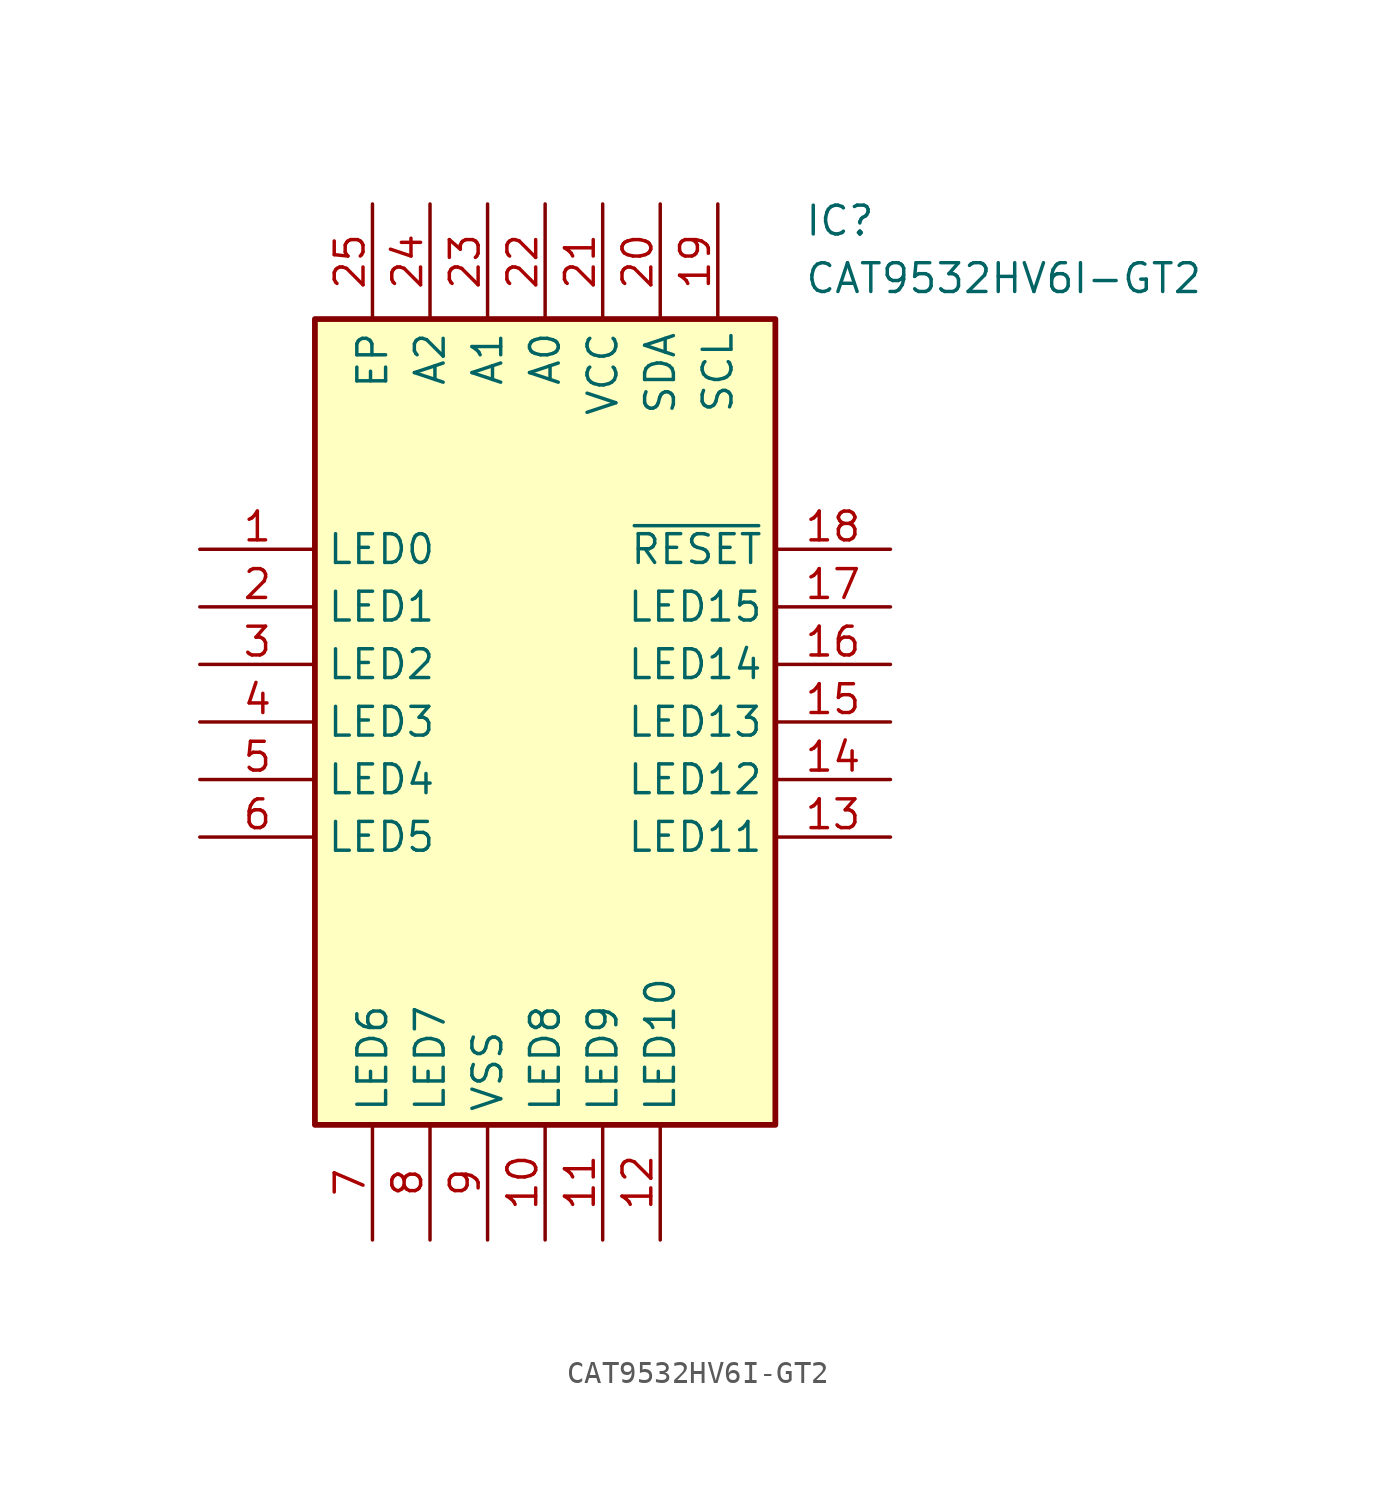
<source format=kicad_sym>
(kicad_symbol_lib
  (version 20211014)
  (generator SamacSys_ECAD_Model)
  (symbol "CAT9532HV6I-GT2"
    (property "Reference" "IC"
      (at 26.67 15.24 0)
      (effects (font (size 1.27 1.27)) (justify left top)))
    (property "Value" "CAT9532HV6I-GT2"
      (at 26.67 12.7 0)
      (effects (font (size 1.27 1.27)) (justify left top)))
    (rectangle
      (start 5.08 10.16)
      (end 25.4 -25.4)
      (stroke (width 0.254) (type default))
      (fill (type background)))
    (pin passive line
      (at 0 0 0)
      (length 5.08)
      (name "LED0" (effects (font (size 1.27 1.27))))
      (number "1" (effects (font (size 1.27 1.27)))))
    (pin passive line
      (at 0 -2.54 0)
      (length 5.08)
      (name "LED1" (effects (font (size 1.27 1.27))))
      (number "2" (effects (font (size 1.27 1.27)))))
    (pin passive line
      (at 0 -5.08 0)
      (length 5.08)
      (name "LED2" (effects (font (size 1.27 1.27))))
      (number "3" (effects (font (size 1.27 1.27)))))
    (pin passive line
      (at 0 -7.62 0)
      (length 5.08)
      (name "LED3" (effects (font (size 1.27 1.27))))
      (number "4" (effects (font (size 1.27 1.27)))))
    (pin passive line
      (at 0 -10.16 0)
      (length 5.08)
      (name "LED4" (effects (font (size 1.27 1.27))))
      (number "5" (effects (font (size 1.27 1.27)))))
    (pin passive line
      (at 0 -12.7 0)
      (length 5.08)
      (name "LED5" (effects (font (size 1.27 1.27))))
      (number "6" (effects (font (size 1.27 1.27)))))
    (pin passive line
      (at 7.62 -30.48 90)
      (length 5.08)
      (name "LED6" (effects (font (size 1.27 1.27))))
      (number "7" (effects (font (size 1.27 1.27)))))
    (pin passive line
      (at 10.16 -30.48 90)
      (length 5.08)
      (name "LED7" (effects (font (size 1.27 1.27))))
      (number "8" (effects (font (size 1.27 1.27)))))
    (pin power_in line
      (at 12.7 -30.48 90)
      (length 5.08)
      (name "VSS" (effects (font (size 1.27 1.27))))
      (number "9" (effects (font (size 1.27 1.27)))))
    (pin passive line
      (at 15.24 -30.48 90)
      (length 5.08)
      (name "LED8" (effects (font (size 1.27 1.27))))
      (number "10" (effects (font (size 1.27 1.27)))))
    (pin passive line
      (at 17.78 -30.48 90)
      (length 5.08)
      (name "LED9" (effects (font (size 1.27 1.27))))
      (number "11" (effects (font (size 1.27 1.27)))))
    (pin passive line
      (at 20.32 -30.48 90)
      (length 5.08)
      (name "LED10" (effects (font (size 1.27 1.27))))
      (number "12" (effects (font (size 1.27 1.27)))))
    (pin passive line
      (at 30.48 0 180)
      (length 5.08)
      (name "~{RESET}" (effects (font (size 1.27 1.27))))
      (number "18" (effects (font (size 1.27 1.27)))))
    (pin passive line
      (at 30.48 -2.54 180)
      (length 5.08)
      (name "LED15" (effects (font (size 1.27 1.27))))
      (number "17" (effects (font (size 1.27 1.27)))))
    (pin passive line
      (at 30.48 -5.08 180)
      (length 5.08)
      (name "LED14" (effects (font (size 1.27 1.27))))
      (number "16" (effects (font (size 1.27 1.27)))))
    (pin passive line
      (at 30.48 -7.62 180)
      (length 5.08)
      (name "LED13" (effects (font (size 1.27 1.27))))
      (number "15" (effects (font (size 1.27 1.27)))))
    (pin passive line
      (at 30.48 -10.16 180)
      (length 5.08)
      (name "LED12" (effects (font (size 1.27 1.27))))
      (number "14" (effects (font (size 1.27 1.27)))))
    (pin passive line
      (at 30.48 -12.7 180)
      (length 5.08)
      (name "LED11" (effects (font (size 1.27 1.27))))
      (number "13" (effects (font (size 1.27 1.27)))))
    (pin passive line
      (at 7.62 15.24 270)
      (length 5.08)
      (name "EP" (effects (font (size 1.27 1.27))))
      (number "25" (effects (font (size 1.27 1.27)))))
    (pin passive line
      (at 10.16 15.24 270)
      (length 5.08)
      (name "A2" (effects (font (size 1.27 1.27))))
      (number "24" (effects (font (size 1.27 1.27)))))
    (pin passive line
      (at 12.7 15.24 270)
      (length 5.08)
      (name "A1" (effects (font (size 1.27 1.27))))
      (number "23" (effects (font (size 1.27 1.27)))))
    (pin passive line
      (at 15.24 15.24 270)
      (length 5.08)
      (name "A0" (effects (font (size 1.27 1.27))))
      (number "22" (effects (font (size 1.27 1.27)))))
    (pin power_in line
      (at 17.78 15.24 270)
      (length 5.08)
      (name "VCC" (effects (font (size 1.27 1.27))))
      (number "21" (effects (font (size 1.27 1.27)))))
    (pin passive line
      (at 20.32 15.24 270)
      (length 5.08)
      (name "SDA" (effects (font (size 1.27 1.27))))
      (number "20" (effects (font (size 1.27 1.27)))))
    (pin passive line
      (at 22.86 15.24 270)
      (length 5.08)
      (name "SCL" (effects (font (size 1.27 1.27))))
      (number "19" (effects (font (size 1.27 1.27)))))))
</source>
